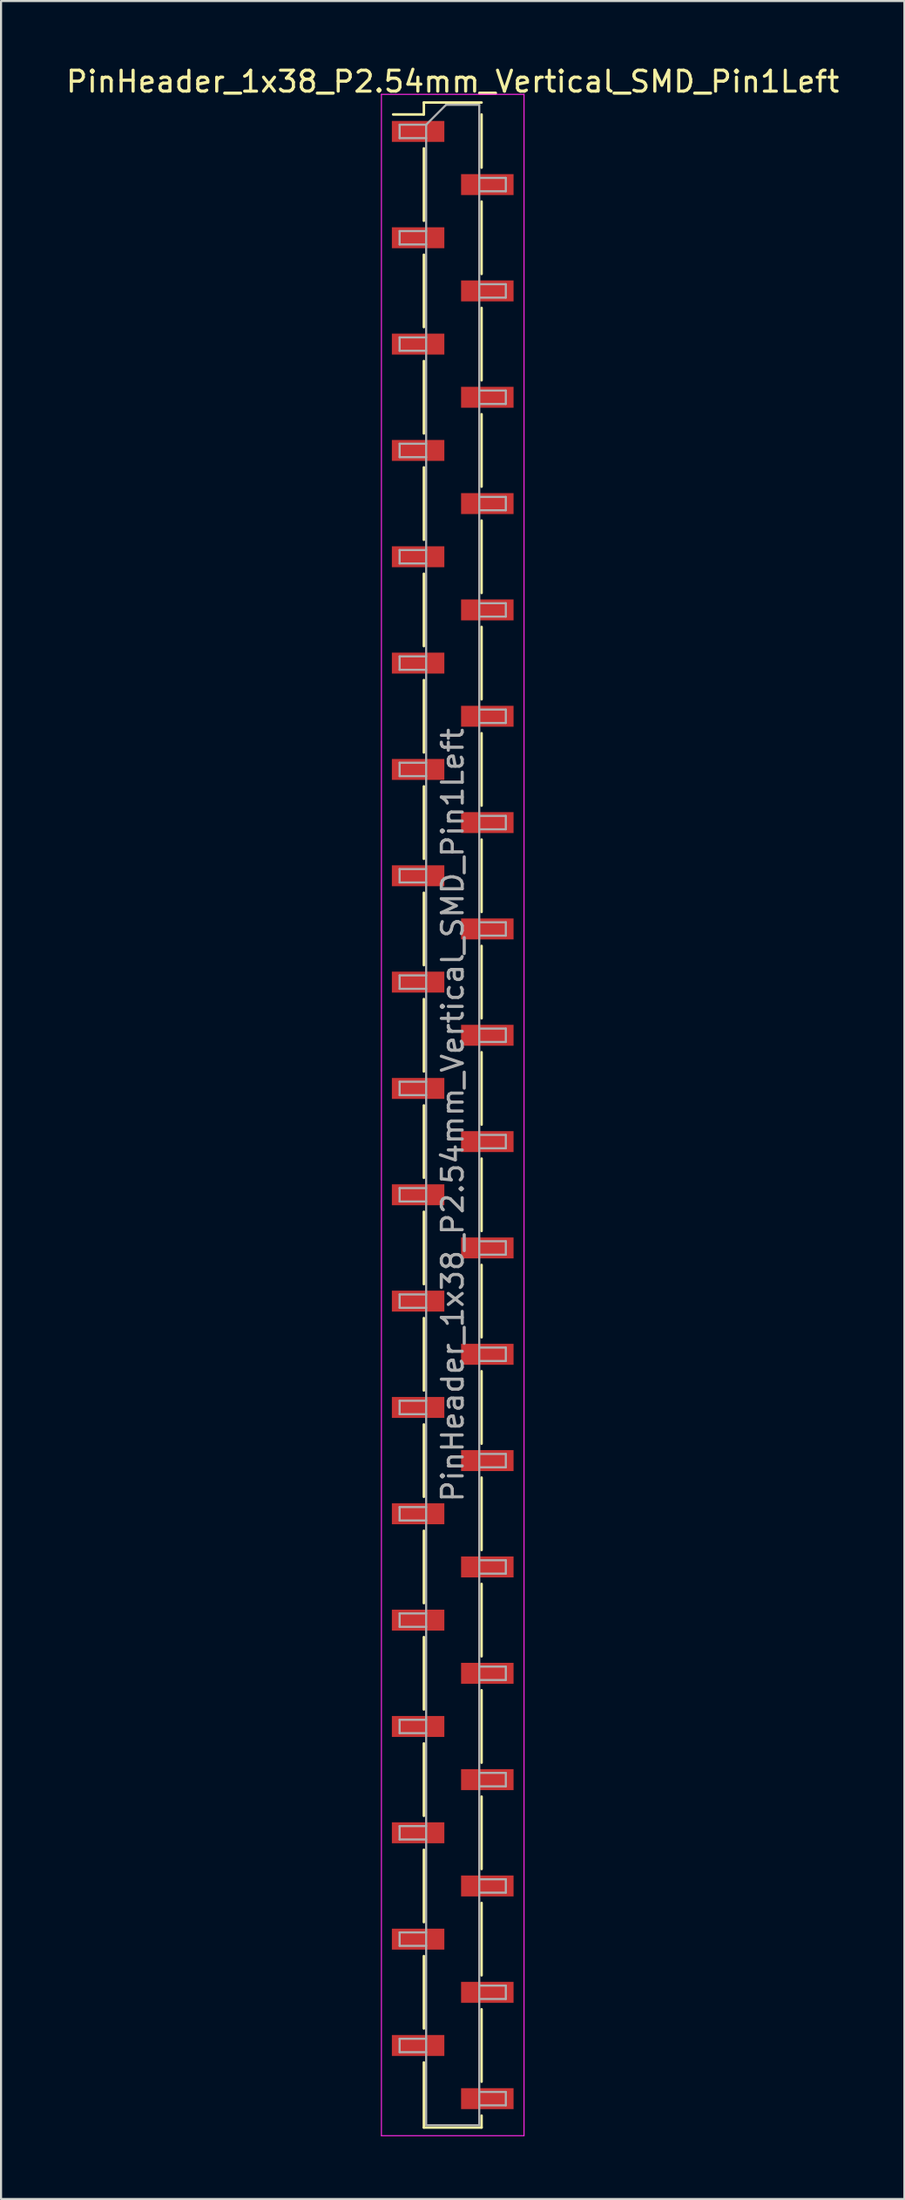
<source format=kicad_pcb>
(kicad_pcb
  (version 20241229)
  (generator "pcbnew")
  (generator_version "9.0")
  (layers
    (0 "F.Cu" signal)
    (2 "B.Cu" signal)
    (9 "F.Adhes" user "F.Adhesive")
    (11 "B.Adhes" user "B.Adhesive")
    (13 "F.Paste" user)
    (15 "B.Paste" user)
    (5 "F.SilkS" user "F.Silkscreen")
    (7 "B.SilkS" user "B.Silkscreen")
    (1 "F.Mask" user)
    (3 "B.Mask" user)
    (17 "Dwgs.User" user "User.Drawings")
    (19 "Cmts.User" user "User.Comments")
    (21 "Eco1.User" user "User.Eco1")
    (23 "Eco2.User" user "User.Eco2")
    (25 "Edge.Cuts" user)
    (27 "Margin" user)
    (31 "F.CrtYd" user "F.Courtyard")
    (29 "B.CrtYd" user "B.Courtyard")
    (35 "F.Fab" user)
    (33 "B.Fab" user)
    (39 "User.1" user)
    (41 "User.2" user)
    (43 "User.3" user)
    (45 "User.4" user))
  (footprint "PinHeader_1x38_P2.54mm_Vertical_SMD_Pin1Left"
    (layer "F.Cu")
    (at 18.601 50.218)
    (property "Reference" "PinHeader_1x38_P2.54mm_Vertical_SMD_Pin1Left" (at 0 -49.37 0) (layer "F.SilkS") (effects (font (size 1 1) (thickness 0.15))))
    (attr smd)
    (fp_line (start -1.38 -48.37) (end -1.38 -47.8) (stroke (width 0.12) (type solid)) (layer "F.SilkS"))
    (fp_line (start -1.38 -48.37) (end 1.38 -48.37) (stroke (width 0.12) (type solid)) (layer "F.SilkS"))
    (fp_line (start -1.38 -47.8) (end -2.85 -47.8) (stroke (width 0.12) (type solid)) (layer "F.SilkS"))
    (fp_line (start -1.38 -46.18) (end -1.38 -42.72) (stroke (width 0.12) (type solid)) (layer "F.SilkS"))
    (fp_line (start -1.38 -41.1) (end -1.38 -37.64) (stroke (width 0.12) (type solid)) (layer "F.SilkS"))
    (fp_line (start -1.38 -36.02) (end -1.38 -32.56) (stroke (width 0.12) (type solid)) (layer "F.SilkS"))
    (fp_line (start -1.38 -30.94) (end -1.38 -27.48) (stroke (width 0.12) (type solid)) (layer "F.SilkS"))
    (fp_line (start -1.38 -25.86) (end -1.38 -22.4) (stroke (width 0.12) (type solid)) (layer "F.SilkS"))
    (fp_line (start -1.38 -20.78) (end -1.38 -17.32) (stroke (width 0.12) (type solid)) (layer "F.SilkS"))
    (fp_line (start -1.38 -15.7) (end -1.38 -12.24) (stroke (width 0.12) (type solid)) (layer "F.SilkS"))
    (fp_line (start -1.38 -10.62) (end -1.38 -7.16) (stroke (width 0.12) (type solid)) (layer "F.SilkS"))
    (fp_line (start -1.38 -5.54) (end -1.38 -2.08) (stroke (width 0.12) (type solid)) (layer "F.SilkS"))
    (fp_line (start -1.38 -0.46) (end -1.38 3) (stroke (width 0.12) (type solid)) (layer "F.SilkS"))
    (fp_line (start -1.38 4.62) (end -1.38 8.08) (stroke (width 0.12) (type solid)) (layer "F.SilkS"))
    (fp_line (start -1.38 9.7) (end -1.38 13.16) (stroke (width 0.12) (type solid)) (layer "F.SilkS"))
    (fp_line (start -1.38 14.78) (end -1.38 18.24) (stroke (width 0.12) (type solid)) (layer "F.SilkS"))
    (fp_line (start -1.38 19.86) (end -1.38 23.32) (stroke (width 0.12) (type solid)) (layer "F.SilkS"))
    (fp_line (start -1.38 24.94) (end -1.38 28.4) (stroke (width 0.12) (type solid)) (layer "F.SilkS"))
    (fp_line (start -1.38 30.02) (end -1.38 33.48) (stroke (width 0.12) (type solid)) (layer "F.SilkS"))
    (fp_line (start -1.38 35.1) (end -1.38 38.56) (stroke (width 0.12) (type solid)) (layer "F.SilkS"))
    (fp_line (start -1.38 40.18) (end -1.38 43.64) (stroke (width 0.12) (type solid)) (layer "F.SilkS"))
    (fp_line (start -1.38 45.26) (end -1.38 48.37) (stroke (width 0.12) (type solid)) (layer "F.SilkS"))
    (fp_line (start -1.38 48.37) (end 1.38 48.37) (stroke (width 0.12) (type solid)) (layer "F.SilkS"))
    (fp_line (start 1.38 -47.8) (end 1.38 -45.26) (stroke (width 0.12) (type solid)) (layer "F.SilkS"))
    (fp_line (start 1.38 -43.64) (end 1.38 -40.18) (stroke (width 0.12) (type solid)) (layer "F.SilkS"))
    (fp_line (start 1.38 -38.56) (end 1.38 -35.1) (stroke (width 0.12) (type solid)) (layer "F.SilkS"))
    (fp_line (start 1.38 -33.48) (end 1.38 -30.02) (stroke (width 0.12) (type solid)) (layer "F.SilkS"))
    (fp_line (start 1.38 -28.4) (end 1.38 -24.94) (stroke (width 0.12) (type solid)) (layer "F.SilkS"))
    (fp_line (start 1.38 -23.32) (end 1.38 -19.86) (stroke (width 0.12) (type solid)) (layer "F.SilkS"))
    (fp_line (start 1.38 -18.24) (end 1.38 -14.78) (stroke (width 0.12) (type solid)) (layer "F.SilkS"))
    (fp_line (start 1.38 -13.16) (end 1.38 -9.7) (stroke (width 0.12) (type solid)) (layer "F.SilkS"))
    (fp_line (start 1.38 -8.08) (end 1.38 -4.62) (stroke (width 0.12) (type solid)) (layer "F.SilkS"))
    (fp_line (start 1.38 -3) (end 1.38 0.46) (stroke (width 0.12) (type solid)) (layer "F.SilkS"))
    (fp_line (start 1.38 2.08) (end 1.38 5.54) (stroke (width 0.12) (type solid)) (layer "F.SilkS"))
    (fp_line (start 1.38 7.16) (end 1.38 10.62) (stroke (width 0.12) (type solid)) (layer "F.SilkS"))
    (fp_line (start 1.38 12.24) (end 1.38 15.7) (stroke (width 0.12) (type solid)) (layer "F.SilkS"))
    (fp_line (start 1.38 17.32) (end 1.38 20.78) (stroke (width 0.12) (type solid)) (layer "F.SilkS"))
    (fp_line (start 1.38 22.4) (end 1.38 25.86) (stroke (width 0.12) (type solid)) (layer "F.SilkS"))
    (fp_line (start 1.38 27.48) (end 1.38 30.94) (stroke (width 0.12) (type solid)) (layer "F.SilkS"))
    (fp_line (start 1.38 32.56) (end 1.38 36.02) (stroke (width 0.12) (type solid)) (layer "F.SilkS"))
    (fp_line (start 1.38 37.64) (end 1.38 41.1) (stroke (width 0.12) (type solid)) (layer "F.SilkS"))
    (fp_line (start 1.38 42.72) (end 1.38 46.18) (stroke (width 0.12) (type solid)) (layer "F.SilkS"))
    (fp_line (start 1.38 47.8) (end 1.38 48.37) (stroke (width 0.12) (type solid)) (layer "F.SilkS"))
    (fp_line (start -3.41 -48.76) (end -3.41 48.76) (stroke (width 0.05) (type solid)) (layer "F.CrtYd"))
    (fp_line (start -3.41 48.76) (end 3.41 48.76) (stroke (width 0.05) (type solid)) (layer "F.CrtYd"))
    (fp_line (start 3.41 -48.76) (end -3.41 -48.76) (stroke (width 0.05) (type solid)) (layer "F.CrtYd"))
    (fp_line (start 3.41 48.76) (end 3.41 -48.76) (stroke (width 0.05) (type solid)) (layer "F.CrtYd"))
    (fp_line (start -2.54 -47.31) (end -2.54 -46.67) (stroke (width 0.1) (type solid)) (layer "F.Fab"))
    (fp_line (start -2.54 -46.67) (end -1.27 -46.67) (stroke (width 0.1) (type solid)) (layer "F.Fab"))
    (fp_line (start -2.54 -42.23) (end -2.54 -41.59) (stroke (width 0.1) (type solid)) (layer "F.Fab"))
    (fp_line (start -2.54 -41.59) (end -1.27 -41.59) (stroke (width 0.1) (type solid)) (layer "F.Fab"))
    (fp_line (start -2.54 -37.15) (end -2.54 -36.51) (stroke (width 0.1) (type solid)) (layer "F.Fab"))
    (fp_line (start -2.54 -36.51) (end -1.27 -36.51) (stroke (width 0.1) (type solid)) (layer "F.Fab"))
    (fp_line (start -2.54 -32.07) (end -2.54 -31.43) (stroke (width 0.1) (type solid)) (layer "F.Fab"))
    (fp_line (start -2.54 -31.43) (end -1.27 -31.43) (stroke (width 0.1) (type solid)) (layer "F.Fab"))
    (fp_line (start -2.54 -26.99) (end -2.54 -26.35) (stroke (width 0.1) (type solid)) (layer "F.Fab"))
    (fp_line (start -2.54 -26.35) (end -1.27 -26.35) (stroke (width 0.1) (type solid)) (layer "F.Fab"))
    (fp_line (start -2.54 -21.91) (end -2.54 -21.27) (stroke (width 0.1) (type solid)) (layer "F.Fab"))
    (fp_line (start -2.54 -21.27) (end -1.27 -21.27) (stroke (width 0.1) (type solid)) (layer "F.Fab"))
    (fp_line (start -2.54 -16.83) (end -2.54 -16.19) (stroke (width 0.1) (type solid)) (layer "F.Fab"))
    (fp_line (start -2.54 -16.19) (end -1.27 -16.19) (stroke (width 0.1) (type solid)) (layer "F.Fab"))
    (fp_line (start -2.54 -11.75) (end -2.54 -11.11) (stroke (width 0.1) (type solid)) (layer "F.Fab"))
    (fp_line (start -2.54 -11.11) (end -1.27 -11.11) (stroke (width 0.1) (type solid)) (layer "F.Fab"))
    (fp_line (start -2.54 -6.67) (end -2.54 -6.03) (stroke (width 0.1) (type solid)) (layer "F.Fab"))
    (fp_line (start -2.54 -6.03) (end -1.27 -6.03) (stroke (width 0.1) (type solid)) (layer "F.Fab"))
    (fp_line (start -2.54 -1.59) (end -2.54 -0.95) (stroke (width 0.1) (type solid)) (layer "F.Fab"))
    (fp_line (start -2.54 -0.95) (end -1.27 -0.95) (stroke (width 0.1) (type solid)) (layer "F.Fab"))
    (fp_line (start -2.54 3.49) (end -2.54 4.13) (stroke (width 0.1) (type solid)) (layer "F.Fab"))
    (fp_line (start -2.54 4.13) (end -1.27 4.13) (stroke (width 0.1) (type solid)) (layer "F.Fab"))
    (fp_line (start -2.54 8.57) (end -2.54 9.21) (stroke (width 0.1) (type solid)) (layer "F.Fab"))
    (fp_line (start -2.54 9.21) (end -1.27 9.21) (stroke (width 0.1) (type solid)) (layer "F.Fab"))
    (fp_line (start -2.54 13.65) (end -2.54 14.29) (stroke (width 0.1) (type solid)) (layer "F.Fab"))
    (fp_line (start -2.54 14.29) (end -1.27 14.29) (stroke (width 0.1) (type solid)) (layer "F.Fab"))
    (fp_line (start -2.54 18.73) (end -2.54 19.37) (stroke (width 0.1) (type solid)) (layer "F.Fab"))
    (fp_line (start -2.54 19.37) (end -1.27 19.37) (stroke (width 0.1) (type solid)) (layer "F.Fab"))
    (fp_line (start -2.54 23.81) (end -2.54 24.45) (stroke (width 0.1) (type solid)) (layer "F.Fab"))
    (fp_line (start -2.54 24.45) (end -1.27 24.45) (stroke (width 0.1) (type solid)) (layer "F.Fab"))
    (fp_line (start -2.54 28.89) (end -2.54 29.53) (stroke (width 0.1) (type solid)) (layer "F.Fab"))
    (fp_line (start -2.54 29.53) (end -1.27 29.53) (stroke (width 0.1) (type solid)) (layer "F.Fab"))
    (fp_line (start -2.54 33.97) (end -2.54 34.61) (stroke (width 0.1) (type solid)) (layer "F.Fab"))
    (fp_line (start -2.54 34.61) (end -1.27 34.61) (stroke (width 0.1) (type solid)) (layer "F.Fab"))
    (fp_line (start -2.54 39.05) (end -2.54 39.69) (stroke (width 0.1) (type solid)) (layer "F.Fab"))
    (fp_line (start -2.54 39.69) (end -1.27 39.69) (stroke (width 0.1) (type solid)) (layer "F.Fab"))
    (fp_line (start -2.54 44.13) (end -2.54 44.77) (stroke (width 0.1) (type solid)) (layer "F.Fab"))
    (fp_line (start -2.54 44.77) (end -1.27 44.77) (stroke (width 0.1) (type solid)) (layer "F.Fab"))
    (fp_line (start -1.27 -47.31) (end -2.54 -47.31) (stroke (width 0.1) (type solid)) (layer "F.Fab"))
    (fp_line (start -1.27 -47.31) (end -0.32 -48.26) (stroke (width 0.1) (type solid)) (layer "F.Fab"))
    (fp_line (start -1.27 -42.23) (end -2.54 -42.23) (stroke (width 0.1) (type solid)) (layer "F.Fab"))
    (fp_line (start -1.27 -37.15) (end -2.54 -37.15) (stroke (width 0.1) (type solid)) (layer "F.Fab"))
    (fp_line (start -1.27 -32.07) (end -2.54 -32.07) (stroke (width 0.1) (type solid)) (layer "F.Fab"))
    (fp_line (start -1.27 -26.99) (end -2.54 -26.99) (stroke (width 0.1) (type solid)) (layer "F.Fab"))
    (fp_line (start -1.27 -21.91) (end -2.54 -21.91) (stroke (width 0.1) (type solid)) (layer "F.Fab"))
    (fp_line (start -1.27 -16.83) (end -2.54 -16.83) (stroke (width 0.1) (type solid)) (layer "F.Fab"))
    (fp_line (start -1.27 -11.75) (end -2.54 -11.75) (stroke (width 0.1) (type solid)) (layer "F.Fab"))
    (fp_line (start -1.27 -6.67) (end -2.54 -6.67) (stroke (width 0.1) (type solid)) (layer "F.Fab"))
    (fp_line (start -1.27 -1.59) (end -2.54 -1.59) (stroke (width 0.1) (type solid)) (layer "F.Fab"))
    (fp_line (start -1.27 3.49) (end -2.54 3.49) (stroke (width 0.1) (type solid)) (layer "F.Fab"))
    (fp_line (start -1.27 8.57) (end -2.54 8.57) (stroke (width 0.1) (type solid)) (layer "F.Fab"))
    (fp_line (start -1.27 13.65) (end -2.54 13.65) (stroke (width 0.1) (type solid)) (layer "F.Fab"))
    (fp_line (start -1.27 18.73) (end -2.54 18.73) (stroke (width 0.1) (type solid)) (layer "F.Fab"))
    (fp_line (start -1.27 23.81) (end -2.54 23.81) (stroke (width 0.1) (type solid)) (layer "F.Fab"))
    (fp_line (start -1.27 28.89) (end -2.54 28.89) (stroke (width 0.1) (type solid)) (layer "F.Fab"))
    (fp_line (start -1.27 33.97) (end -2.54 33.97) (stroke (width 0.1) (type solid)) (layer "F.Fab"))
    (fp_line (start -1.27 39.05) (end -2.54 39.05) (stroke (width 0.1) (type solid)) (layer "F.Fab"))
    (fp_line (start -1.27 44.13) (end -2.54 44.13) (stroke (width 0.1) (type solid)) (layer "F.Fab"))
    (fp_line (start -1.27 48.26) (end -1.27 -47.31) (stroke (width 0.1) (type solid)) (layer "F.Fab"))
    (fp_line (start -0.32 -48.26) (end 1.27 -48.26) (stroke (width 0.1) (type solid)) (layer "F.Fab"))
    (fp_line (start 1.27 -48.26) (end 1.27 48.26) (stroke (width 0.1) (type solid)) (layer "F.Fab"))
    (fp_line (start 1.27 -44.77) (end 2.54 -44.77) (stroke (width 0.1) (type solid)) (layer "F.Fab"))
    (fp_line (start 1.27 -39.69) (end 2.54 -39.69) (stroke (width 0.1) (type solid)) (layer "F.Fab"))
    (fp_line (start 1.27 -34.61) (end 2.54 -34.61) (stroke (width 0.1) (type solid)) (layer "F.Fab"))
    (fp_line (start 1.27 -29.53) (end 2.54 -29.53) (stroke (width 0.1) (type solid)) (layer "F.Fab"))
    (fp_line (start 1.27 -24.45) (end 2.54 -24.45) (stroke (width 0.1) (type solid)) (layer "F.Fab"))
    (fp_line (start 1.27 -19.37) (end 2.54 -19.37) (stroke (width 0.1) (type solid)) (layer "F.Fab"))
    (fp_line (start 1.27 -14.29) (end 2.54 -14.29) (stroke (width 0.1) (type solid)) (layer "F.Fab"))
    (fp_line (start 1.27 -9.21) (end 2.54 -9.21) (stroke (width 0.1) (type solid)) (layer "F.Fab"))
    (fp_line (start 1.27 -4.13) (end 2.54 -4.13) (stroke (width 0.1) (type solid)) (layer "F.Fab"))
    (fp_line (start 1.27 0.95) (end 2.54 0.95) (stroke (width 0.1) (type solid)) (layer "F.Fab"))
    (fp_line (start 1.27 6.03) (end 2.54 6.03) (stroke (width 0.1) (type solid)) (layer "F.Fab"))
    (fp_line (start 1.27 11.11) (end 2.54 11.11) (stroke (width 0.1) (type solid)) (layer "F.Fab"))
    (fp_line (start 1.27 16.19) (end 2.54 16.19) (stroke (width 0.1) (type solid)) (layer "F.Fab"))
    (fp_line (start 1.27 21.27) (end 2.54 21.27) (stroke (width 0.1) (type solid)) (layer "F.Fab"))
    (fp_line (start 1.27 26.35) (end 2.54 26.35) (stroke (width 0.1) (type solid)) (layer "F.Fab"))
    (fp_line (start 1.27 31.43) (end 2.54 31.43) (stroke (width 0.1) (type solid)) (layer "F.Fab"))
    (fp_line (start 1.27 36.51) (end 2.54 36.51) (stroke (width 0.1) (type solid)) (layer "F.Fab"))
    (fp_line (start 1.27 41.59) (end 2.54 41.59) (stroke (width 0.1) (type solid)) (layer "F.Fab"))
    (fp_line (start 1.27 46.67) (end 2.54 46.67) (stroke (width 0.1) (type solid)) (layer "F.Fab"))
    (fp_line (start 1.27 48.26) (end -1.27 48.26) (stroke (width 0.1) (type solid)) (layer "F.Fab"))
    (fp_line (start 2.54 -44.77) (end 2.54 -44.13) (stroke (width 0.1) (type solid)) (layer "F.Fab"))
    (fp_line (start 2.54 -44.13) (end 1.27 -44.13) (stroke (width 0.1) (type solid)) (layer "F.Fab"))
    (fp_line (start 2.54 -39.69) (end 2.54 -39.05) (stroke (width 0.1) (type solid)) (layer "F.Fab"))
    (fp_line (start 2.54 -39.05) (end 1.27 -39.05) (stroke (width 0.1) (type solid)) (layer "F.Fab"))
    (fp_line (start 2.54 -34.61) (end 2.54 -33.97) (stroke (width 0.1) (type solid)) (layer "F.Fab"))
    (fp_line (start 2.54 -33.97) (end 1.27 -33.97) (stroke (width 0.1) (type solid)) (layer "F.Fab"))
    (fp_line (start 2.54 -29.53) (end 2.54 -28.89) (stroke (width 0.1) (type solid)) (layer "F.Fab"))
    (fp_line (start 2.54 -28.89) (end 1.27 -28.89) (stroke (width 0.1) (type solid)) (layer "F.Fab"))
    (fp_line (start 2.54 -24.45) (end 2.54 -23.81) (stroke (width 0.1) (type solid)) (layer "F.Fab"))
    (fp_line (start 2.54 -23.81) (end 1.27 -23.81) (stroke (width 0.1) (type solid)) (layer "F.Fab"))
    (fp_line (start 2.54 -19.37) (end 2.54 -18.73) (stroke (width 0.1) (type solid)) (layer "F.Fab"))
    (fp_line (start 2.54 -18.73) (end 1.27 -18.73) (stroke (width 0.1) (type solid)) (layer "F.Fab"))
    (fp_line (start 2.54 -14.29) (end 2.54 -13.65) (stroke (width 0.1) (type solid)) (layer "F.Fab"))
    (fp_line (start 2.54 -13.65) (end 1.27 -13.65) (stroke (width 0.1) (type solid)) (layer "F.Fab"))
    (fp_line (start 2.54 -9.21) (end 2.54 -8.57) (stroke (width 0.1) (type solid)) (layer "F.Fab"))
    (fp_line (start 2.54 -8.57) (end 1.27 -8.57) (stroke (width 0.1) (type solid)) (layer "F.Fab"))
    (fp_line (start 2.54 -4.13) (end 2.54 -3.49) (stroke (width 0.1) (type solid)) (layer "F.Fab"))
    (fp_line (start 2.54 -3.49) (end 1.27 -3.49) (stroke (width 0.1) (type solid)) (layer "F.Fab"))
    (fp_line (start 2.54 0.95) (end 2.54 1.59) (stroke (width 0.1) (type solid)) (layer "F.Fab"))
    (fp_line (start 2.54 1.59) (end 1.27 1.59) (stroke (width 0.1) (type solid)) (layer "F.Fab"))
    (fp_line (start 2.54 6.03) (end 2.54 6.67) (stroke (width 0.1) (type solid)) (layer "F.Fab"))
    (fp_line (start 2.54 6.67) (end 1.27 6.67) (stroke (width 0.1) (type solid)) (layer "F.Fab"))
    (fp_line (start 2.54 11.11) (end 2.54 11.75) (stroke (width 0.1) (type solid)) (layer "F.Fab"))
    (fp_line (start 2.54 11.75) (end 1.27 11.75) (stroke (width 0.1) (type solid)) (layer "F.Fab"))
    (fp_line (start 2.54 16.19) (end 2.54 16.83) (stroke (width 0.1) (type solid)) (layer "F.Fab"))
    (fp_line (start 2.54 16.83) (end 1.27 16.83) (stroke (width 0.1) (type solid)) (layer "F.Fab"))
    (fp_line (start 2.54 21.27) (end 2.54 21.91) (stroke (width 0.1) (type solid)) (layer "F.Fab"))
    (fp_line (start 2.54 21.91) (end 1.27 21.91) (stroke (width 0.1) (type solid)) (layer "F.Fab"))
    (fp_line (start 2.54 26.35) (end 2.54 26.99) (stroke (width 0.1) (type solid)) (layer "F.Fab"))
    (fp_line (start 2.54 26.99) (end 1.27 26.99) (stroke (width 0.1) (type solid)) (layer "F.Fab"))
    (fp_line (start 2.54 31.43) (end 2.54 32.07) (stroke (width 0.1) (type solid)) (layer "F.Fab"))
    (fp_line (start 2.54 32.07) (end 1.27 32.07) (stroke (width 0.1) (type solid)) (layer "F.Fab"))
    (fp_line (start 2.54 36.51) (end 2.54 37.15) (stroke (width 0.1) (type solid)) (layer "F.Fab"))
    (fp_line (start 2.54 37.15) (end 1.27 37.15) (stroke (width 0.1) (type solid)) (layer "F.Fab"))
    (fp_line (start 2.54 41.59) (end 2.54 42.23) (stroke (width 0.1) (type solid)) (layer "F.Fab"))
    (fp_line (start 2.54 42.23) (end 1.27 42.23) (stroke (width 0.1) (type solid)) (layer "F.Fab"))
    (fp_line (start 2.54 46.67) (end 2.54 47.31) (stroke (width 0.1) (type solid)) (layer "F.Fab"))
    (fp_line (start 2.54 47.31) (end 1.27 47.31) (stroke (width 0.1) (type solid)) (layer "F.Fab"))
    (fp_text user "${REFERENCE}" (at 0 0 90) (layer "F.Fab") (effects (font (size 1 1) (thickness 0.15))))
    (pad "1" smd rect (at -1.655 -46.99) (size 2.51 1) (layers "F.Cu" "F.Mask" "F.Paste"))
    (pad "2" smd rect (at 1.655 -44.45) (size 2.51 1) (layers "F.Cu" "F.Mask" "F.Paste"))
    (pad "3" smd rect (at -1.655 -41.91) (size 2.51 1) (layers "F.Cu" "F.Mask" "F.Paste"))
    (pad "4" smd rect (at 1.655 -39.37) (size 2.51 1) (layers "F.Cu" "F.Mask" "F.Paste"))
    (pad "5" smd rect (at -1.655 -36.83) (size 2.51 1) (layers "F.Cu" "F.Mask" "F.Paste"))
    (pad "6" smd rect (at 1.655 -34.29) (size 2.51 1) (layers "F.Cu" "F.Mask" "F.Paste"))
    (pad "7" smd rect (at -1.655 -31.75) (size 2.51 1) (layers "F.Cu" "F.Mask" "F.Paste"))
    (pad "8" smd rect (at 1.655 -29.21) (size 2.51 1) (layers "F.Cu" "F.Mask" "F.Paste"))
    (pad "9" smd rect (at -1.655 -26.67) (size 2.51 1) (layers "F.Cu" "F.Mask" "F.Paste"))
    (pad "10" smd rect (at 1.655 -24.13) (size 2.51 1) (layers "F.Cu" "F.Mask" "F.Paste"))
    (pad "11" smd rect (at -1.655 -21.59) (size 2.51 1) (layers "F.Cu" "F.Mask" "F.Paste"))
    (pad "12" smd rect (at 1.655 -19.05) (size 2.51 1) (layers "F.Cu" "F.Mask" "F.Paste"))
    (pad "13" smd rect (at -1.655 -16.51) (size 2.51 1) (layers "F.Cu" "F.Mask" "F.Paste"))
    (pad "14" smd rect (at 1.655 -13.97) (size 2.51 1) (layers "F.Cu" "F.Mask" "F.Paste"))
    (pad "15" smd rect (at -1.655 -11.43) (size 2.51 1) (layers "F.Cu" "F.Mask" "F.Paste"))
    (pad "16" smd rect (at 1.655 -8.89) (size 2.51 1) (layers "F.Cu" "F.Mask" "F.Paste"))
    (pad "17" smd rect (at -1.655 -6.35) (size 2.51 1) (layers "F.Cu" "F.Mask" "F.Paste"))
    (pad "18" smd rect (at 1.655 -3.81) (size 2.51 1) (layers "F.Cu" "F.Mask" "F.Paste"))
    (pad "19" smd rect (at -1.655 -1.27) (size 2.51 1) (layers "F.Cu" "F.Mask" "F.Paste"))
    (pad "20" smd rect (at 1.655 1.27) (size 2.51 1) (layers "F.Cu" "F.Mask" "F.Paste"))
    (pad "21" smd rect (at -1.655 3.81) (size 2.51 1) (layers "F.Cu" "F.Mask" "F.Paste"))
    (pad "22" smd rect (at 1.655 6.35) (size 2.51 1) (layers "F.Cu" "F.Mask" "F.Paste"))
    (pad "23" smd rect (at -1.655 8.89) (size 2.51 1) (layers "F.Cu" "F.Mask" "F.Paste"))
    (pad "24" smd rect (at 1.655 11.43) (size 2.51 1) (layers "F.Cu" "F.Mask" "F.Paste"))
    (pad "25" smd rect (at -1.655 13.97) (size 2.51 1) (layers "F.Cu" "F.Mask" "F.Paste"))
    (pad "26" smd rect (at 1.655 16.51) (size 2.51 1) (layers "F.Cu" "F.Mask" "F.Paste"))
    (pad "27" smd rect (at -1.655 19.05) (size 2.51 1) (layers "F.Cu" "F.Mask" "F.Paste"))
    (pad "28" smd rect (at 1.655 21.59) (size 2.51 1) (layers "F.Cu" "F.Mask" "F.Paste"))
    (pad "29" smd rect (at -1.655 24.13) (size 2.51 1) (layers "F.Cu" "F.Mask" "F.Paste"))
    (pad "30" smd rect (at 1.655 26.67) (size 2.51 1) (layers "F.Cu" "F.Mask" "F.Paste"))
    (pad "31" smd rect (at -1.655 29.21) (size 2.51 1) (layers "F.Cu" "F.Mask" "F.Paste"))
    (pad "32" smd rect (at 1.655 31.75) (size 2.51 1) (layers "F.Cu" "F.Mask" "F.Paste"))
    (pad "33" smd rect (at -1.655 34.29) (size 2.51 1) (layers "F.Cu" "F.Mask" "F.Paste"))
    (pad "34" smd rect (at 1.655 36.83) (size 2.51 1) (layers "F.Cu" "F.Mask" "F.Paste"))
    (pad "35" smd rect (at -1.655 39.37) (size 2.51 1) (layers "F.Cu" "F.Mask" "F.Paste"))
    (pad "36" smd rect (at 1.655 41.91) (size 2.51 1) (layers "F.Cu" "F.Mask" "F.Paste"))
    (pad "37" smd rect (at -1.655 44.45) (size 2.51 1) (layers "F.Cu" "F.Mask" "F.Paste"))
    (pad "38" smd rect (at 1.655 46.99) (size 2.51 1) (layers "F.Cu" "F.Mask" "F.Paste")))
  (gr_rect
    (start -3 -3)
    (end 40.202 102.003)
    (stroke (width 0.1) (type default))
    (fill no)
    (layer "Edge.Cuts")))
</source>
